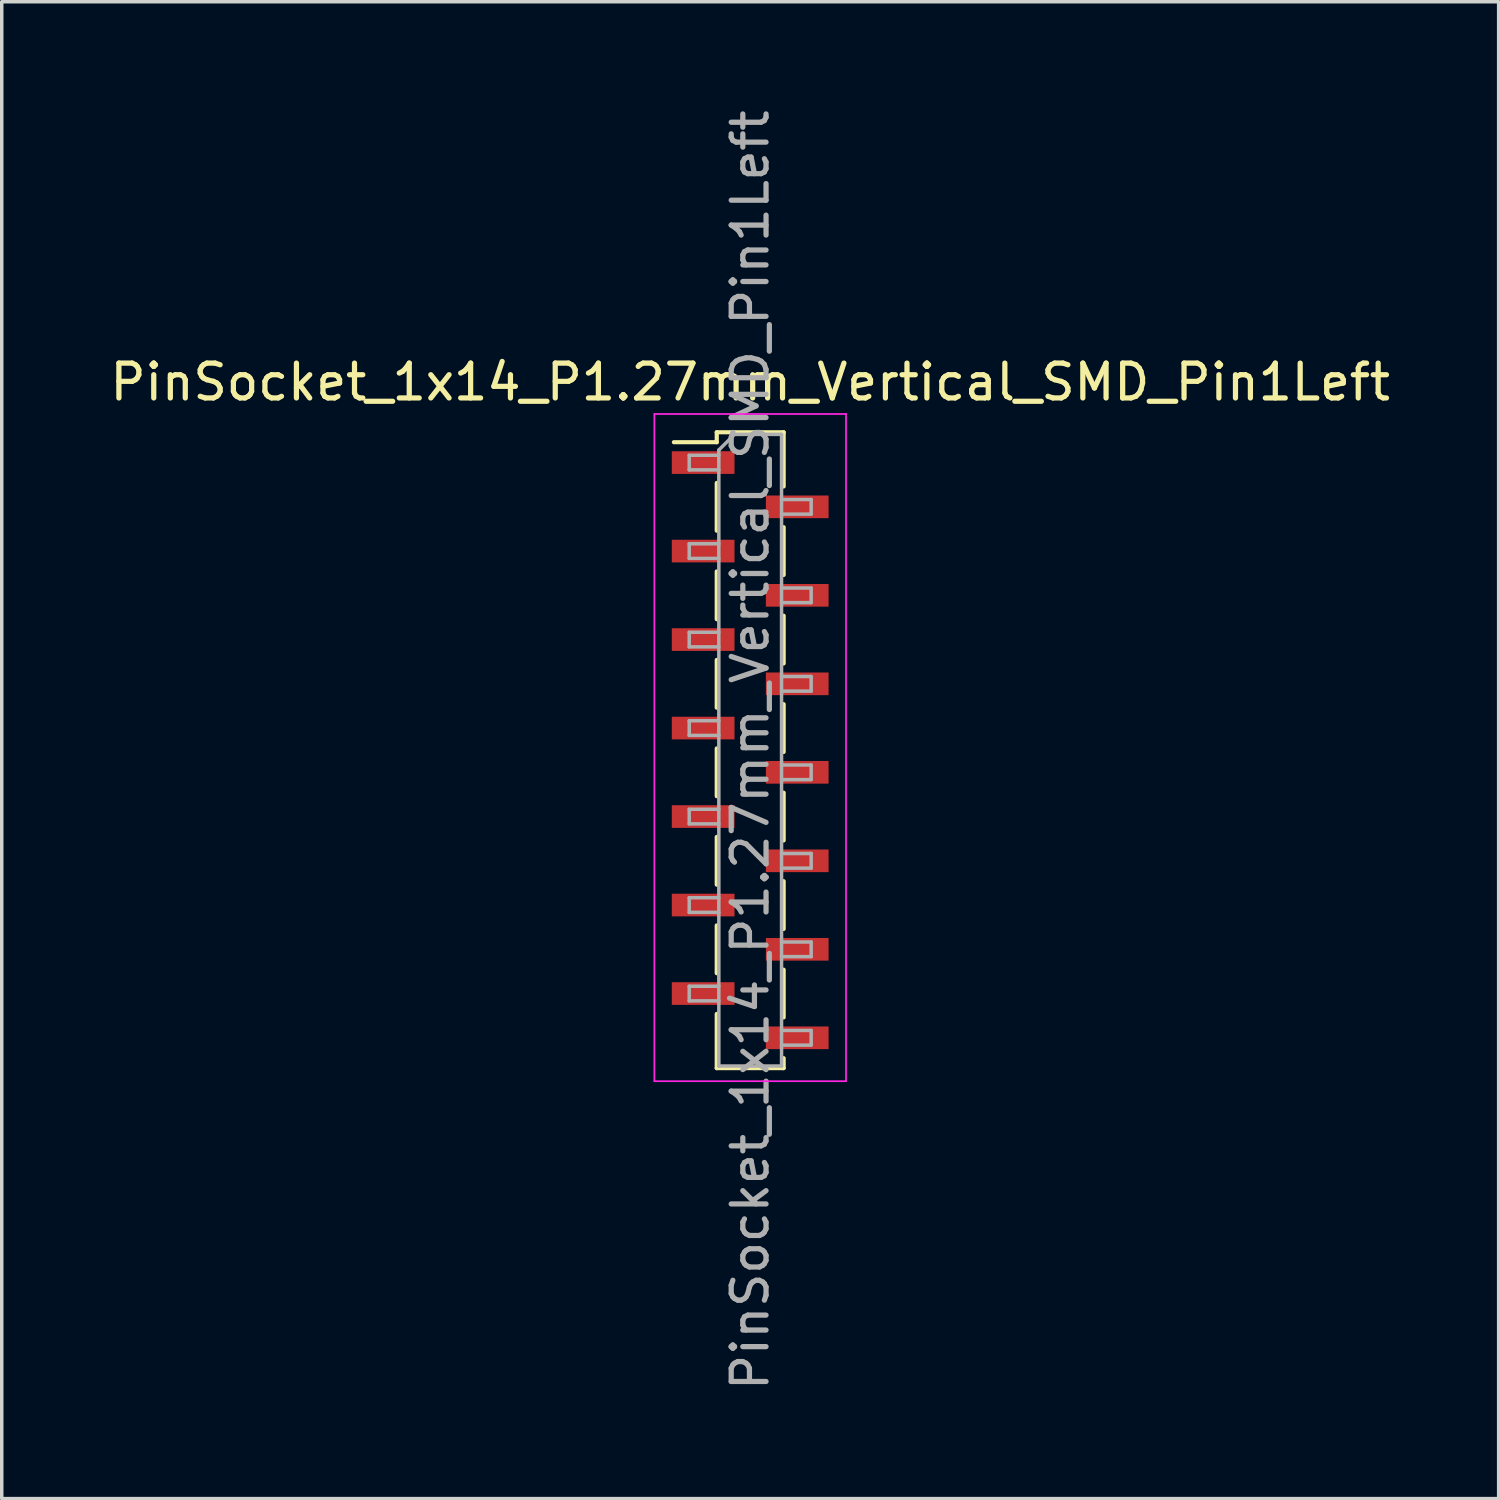
<source format=kicad_pcb>
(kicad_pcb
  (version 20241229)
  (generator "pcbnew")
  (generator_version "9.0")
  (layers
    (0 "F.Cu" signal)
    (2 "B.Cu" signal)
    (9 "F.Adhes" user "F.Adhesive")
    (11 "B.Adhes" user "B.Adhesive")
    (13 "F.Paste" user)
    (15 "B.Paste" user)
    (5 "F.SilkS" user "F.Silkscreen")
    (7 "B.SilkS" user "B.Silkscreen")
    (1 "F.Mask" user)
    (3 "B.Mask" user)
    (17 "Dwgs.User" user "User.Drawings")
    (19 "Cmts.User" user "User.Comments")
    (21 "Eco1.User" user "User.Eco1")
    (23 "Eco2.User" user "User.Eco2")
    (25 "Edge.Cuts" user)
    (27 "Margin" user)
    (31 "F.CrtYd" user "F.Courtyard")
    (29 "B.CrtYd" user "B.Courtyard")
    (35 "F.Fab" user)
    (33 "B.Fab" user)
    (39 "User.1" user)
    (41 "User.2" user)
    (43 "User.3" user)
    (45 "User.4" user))
  (footprint "PinSocket_1x14_P1.27mm_Vertical_SMD_Pin1Left"
    (layer "F.Cu")
    (at 18.482 18.482)
    (property "Reference" "PinSocket_1x14_P1.27mm_Vertical_SMD_Pin1Left" (at 0 -10.565 0) (layer "F.SilkS") (effects (font (size 1 1) (thickness 0.15))))
    (attr smd)
    (fp_line (start -2.19 -8.84) (end -0.96 -8.84) (stroke (width 0.12) (type solid)) (layer "F.SilkS"))
    (fp_line (start -0.96 -9.125) (end -0.96 -8.84) (stroke (width 0.12) (type solid)) (layer "F.SilkS"))
    (fp_line (start -0.96 -9.125) (end 0.96 -9.125) (stroke (width 0.12) (type solid)) (layer "F.SilkS"))
    (fp_line (start -0.96 -7.67) (end -0.96 -6.3) (stroke (width 0.12) (type solid)) (layer "F.SilkS"))
    (fp_line (start -0.96 -5.13) (end -0.96 -3.76) (stroke (width 0.12) (type solid)) (layer "F.SilkS"))
    (fp_line (start -0.96 -2.59) (end -0.96 -1.22) (stroke (width 0.12) (type solid)) (layer "F.SilkS"))
    (fp_line (start -0.96 -0.05) (end -0.96 1.32) (stroke (width 0.12) (type solid)) (layer "F.SilkS"))
    (fp_line (start -0.96 2.49) (end -0.96 3.86) (stroke (width 0.12) (type solid)) (layer "F.SilkS"))
    (fp_line (start -0.96 5.03) (end -0.96 6.4) (stroke (width 0.12) (type solid)) (layer "F.SilkS"))
    (fp_line (start -0.96 7.57) (end -0.96 9.125) (stroke (width 0.12) (type solid)) (layer "F.SilkS"))
    (fp_line (start -0.96 9.125) (end 0.96 9.125) (stroke (width 0.12) (type solid)) (layer "F.SilkS"))
    (fp_line (start 0.96 -9.125) (end 0.96 -7.57) (stroke (width 0.12) (type solid)) (layer "F.SilkS"))
    (fp_line (start 0.96 -6.4) (end 0.96 -5.03) (stroke (width 0.12) (type solid)) (layer "F.SilkS"))
    (fp_line (start 0.96 -3.86) (end 0.96 -2.49) (stroke (width 0.12) (type solid)) (layer "F.SilkS"))
    (fp_line (start 0.96 -1.32) (end 0.96 0.05) (stroke (width 0.12) (type solid)) (layer "F.SilkS"))
    (fp_line (start 0.96 1.22) (end 0.96 2.59) (stroke (width 0.12) (type solid)) (layer "F.SilkS"))
    (fp_line (start 0.96 3.76) (end 0.96 5.13) (stroke (width 0.12) (type solid)) (layer "F.SilkS"))
    (fp_line (start 0.96 6.3) (end 0.96 7.67) (stroke (width 0.12) (type solid)) (layer "F.SilkS"))
    (fp_line (start 0.96 8.84) (end 0.96 9.125) (stroke (width 0.12) (type solid)) (layer "F.SilkS"))
    (fp_line (start -2.75 -9.65) (end 2.75 -9.65) (stroke (width 0.05) (type solid)) (layer "F.CrtYd"))
    (fp_line (start -2.75 9.5) (end -2.75 -9.65) (stroke (width 0.05) (type solid)) (layer "F.CrtYd"))
    (fp_line (start 2.75 -9.65) (end 2.75 9.5) (stroke (width 0.05) (type solid)) (layer "F.CrtYd"))
    (fp_line (start 2.75 9.5) (end -2.75 9.5) (stroke (width 0.05) (type solid)) (layer "F.CrtYd"))
    (fp_line (start -1.75 -8.465) (end -0.9 -8.465) (stroke (width 0.1) (type solid)) (layer "F.Fab"))
    (fp_line (start -1.75 -8.045) (end -1.75 -8.465) (stroke (width 0.1) (type solid)) (layer "F.Fab"))
    (fp_line (start -1.75 -5.925) (end -0.9 -5.925) (stroke (width 0.1) (type solid)) (layer "F.Fab"))
    (fp_line (start -1.75 -5.505) (end -1.75 -5.925) (stroke (width 0.1) (type solid)) (layer "F.Fab"))
    (fp_line (start -1.75 -3.385) (end -0.9 -3.385) (stroke (width 0.1) (type solid)) (layer "F.Fab"))
    (fp_line (start -1.75 -2.965) (end -1.75 -3.385) (stroke (width 0.1) (type solid)) (layer "F.Fab"))
    (fp_line (start -1.75 -0.845) (end -0.9 -0.845) (stroke (width 0.1) (type solid)) (layer "F.Fab"))
    (fp_line (start -1.75 -0.425) (end -1.75 -0.845) (stroke (width 0.1) (type solid)) (layer "F.Fab"))
    (fp_line (start -1.75 1.695) (end -0.9 1.695) (stroke (width 0.1) (type solid)) (layer "F.Fab"))
    (fp_line (start -1.75 2.115) (end -1.75 1.695) (stroke (width 0.1) (type solid)) (layer "F.Fab"))
    (fp_line (start -1.75 4.235) (end -0.9 4.235) (stroke (width 0.1) (type solid)) (layer "F.Fab"))
    (fp_line (start -1.75 4.655) (end -1.75 4.235) (stroke (width 0.1) (type solid)) (layer "F.Fab"))
    (fp_line (start -1.75 6.775) (end -0.9 6.775) (stroke (width 0.1) (type solid)) (layer "F.Fab"))
    (fp_line (start -1.75 7.195) (end -1.75 6.775) (stroke (width 0.1) (type solid)) (layer "F.Fab"))
    (fp_line (start -0.9 -8.615) (end -0.45 -9.065) (stroke (width 0.1) (type solid)) (layer "F.Fab"))
    (fp_line (start -0.9 -8.045) (end -1.75 -8.045) (stroke (width 0.1) (type solid)) (layer "F.Fab"))
    (fp_line (start -0.9 -5.505) (end -1.75 -5.505) (stroke (width 0.1) (type solid)) (layer "F.Fab"))
    (fp_line (start -0.9 -2.965) (end -1.75 -2.965) (stroke (width 0.1) (type solid)) (layer "F.Fab"))
    (fp_line (start -0.9 -0.425) (end -1.75 -0.425) (stroke (width 0.1) (type solid)) (layer "F.Fab"))
    (fp_line (start -0.9 2.115) (end -1.75 2.115) (stroke (width 0.1) (type solid)) (layer "F.Fab"))
    (fp_line (start -0.9 4.655) (end -1.75 4.655) (stroke (width 0.1) (type solid)) (layer "F.Fab"))
    (fp_line (start -0.9 7.195) (end -1.75 7.195) (stroke (width 0.1) (type solid)) (layer "F.Fab"))
    (fp_line (start -0.9 9.065) (end -0.9 -8.615) (stroke (width 0.1) (type solid)) (layer "F.Fab"))
    (fp_line (start -0.45 -9.065) (end 0.9 -9.065) (stroke (width 0.1) (type solid)) (layer "F.Fab"))
    (fp_line (start 0.9 -9.065) (end 0.9 9.065) (stroke (width 0.1) (type solid)) (layer "F.Fab"))
    (fp_line (start 0.9 -7.195) (end 1.75 -7.195) (stroke (width 0.1) (type solid)) (layer "F.Fab"))
    (fp_line (start 0.9 -4.655) (end 1.75 -4.655) (stroke (width 0.1) (type solid)) (layer "F.Fab"))
    (fp_line (start 0.9 -2.115) (end 1.75 -2.115) (stroke (width 0.1) (type solid)) (layer "F.Fab"))
    (fp_line (start 0.9 0.425) (end 1.75 0.425) (stroke (width 0.1) (type solid)) (layer "F.Fab"))
    (fp_line (start 0.9 2.965) (end 1.75 2.965) (stroke (width 0.1) (type solid)) (layer "F.Fab"))
    (fp_line (start 0.9 5.505) (end 1.75 5.505) (stroke (width 0.1) (type solid)) (layer "F.Fab"))
    (fp_line (start 0.9 8.045) (end 1.75 8.045) (stroke (width 0.1) (type solid)) (layer "F.Fab"))
    (fp_line (start 0.9 9.065) (end -0.9 9.065) (stroke (width 0.1) (type solid)) (layer "F.Fab"))
    (fp_line (start 1.75 -7.195) (end 1.75 -6.775) (stroke (width 0.1) (type solid)) (layer "F.Fab"))
    (fp_line (start 1.75 -6.775) (end 0.9 -6.775) (stroke (width 0.1) (type solid)) (layer "F.Fab"))
    (fp_line (start 1.75 -4.655) (end 1.75 -4.235) (stroke (width 0.1) (type solid)) (layer "F.Fab"))
    (fp_line (start 1.75 -4.235) (end 0.9 -4.235) (stroke (width 0.1) (type solid)) (layer "F.Fab"))
    (fp_line (start 1.75 -2.115) (end 1.75 -1.695) (stroke (width 0.1) (type solid)) (layer "F.Fab"))
    (fp_line (start 1.75 -1.695) (end 0.9 -1.695) (stroke (width 0.1) (type solid)) (layer "F.Fab"))
    (fp_line (start 1.75 0.425) (end 1.75 0.845) (stroke (width 0.1) (type solid)) (layer "F.Fab"))
    (fp_line (start 1.75 0.845) (end 0.9 0.845) (stroke (width 0.1) (type solid)) (layer "F.Fab"))
    (fp_line (start 1.75 2.965) (end 1.75 3.385) (stroke (width 0.1) (type solid)) (layer "F.Fab"))
    (fp_line (start 1.75 3.385) (end 0.9 3.385) (stroke (width 0.1) (type solid)) (layer "F.Fab"))
    (fp_line (start 1.75 5.505) (end 1.75 5.925) (stroke (width 0.1) (type solid)) (layer "F.Fab"))
    (fp_line (start 1.75 5.925) (end 0.9 5.925) (stroke (width 0.1) (type solid)) (layer "F.Fab"))
    (fp_line (start 1.75 8.045) (end 1.75 8.465) (stroke (width 0.1) (type solid)) (layer "F.Fab"))
    (fp_line (start 1.75 8.465) (end 0.9 8.465) (stroke (width 0.1) (type solid)) (layer "F.Fab"))
    (fp_text user "${REFERENCE}" (at 0 0 90) (layer "F.Fab") (effects (font (size 1 1) (thickness 0.15))))
    (pad "1" smd rect (at -1.35 -8.255) (size 1.8 0.65) (layers "F.Cu" "F.Mask" "F.Paste"))
    (pad "2" smd rect (at 1.35 -6.985) (size 1.8 0.65) (layers "F.Cu" "F.Mask" "F.Paste"))
    (pad "3" smd rect (at -1.35 -5.715) (size 1.8 0.65) (layers "F.Cu" "F.Mask" "F.Paste"))
    (pad "4" smd rect (at 1.35 -4.445) (size 1.8 0.65) (layers "F.Cu" "F.Mask" "F.Paste"))
    (pad "5" smd rect (at -1.35 -3.175) (size 1.8 0.65) (layers "F.Cu" "F.Mask" "F.Paste"))
    (pad "6" smd rect (at 1.35 -1.905) (size 1.8 0.65) (layers "F.Cu" "F.Mask" "F.Paste"))
    (pad "7" smd rect (at -1.35 -0.635) (size 1.8 0.65) (layers "F.Cu" "F.Mask" "F.Paste"))
    (pad "8" smd rect (at 1.35 0.635) (size 1.8 0.65) (layers "F.Cu" "F.Mask" "F.Paste"))
    (pad "9" smd rect (at -1.35 1.905) (size 1.8 0.65) (layers "F.Cu" "F.Mask" "F.Paste"))
    (pad "10" smd rect (at 1.35 3.175) (size 1.8 0.65) (layers "F.Cu" "F.Mask" "F.Paste"))
    (pad "11" smd rect (at -1.35 4.445) (size 1.8 0.65) (layers "F.Cu" "F.Mask" "F.Paste"))
    (pad "12" smd rect (at 1.35 5.715) (size 1.8 0.65) (layers "F.Cu" "F.Mask" "F.Paste"))
    (pad "13" smd rect (at -1.35 6.985) (size 1.8 0.65) (layers "F.Cu" "F.Mask" "F.Paste"))
    (pad "14" smd rect (at 1.35 8.255) (size 1.8 0.65) (layers "F.Cu" "F.Mask" "F.Paste")))
  (gr_rect
    (start -3 -3)
    (end 39.964 39.964)
    (stroke (width 0.1) (type default))
    (fill no)
    (layer "Edge.Cuts")))
</source>
